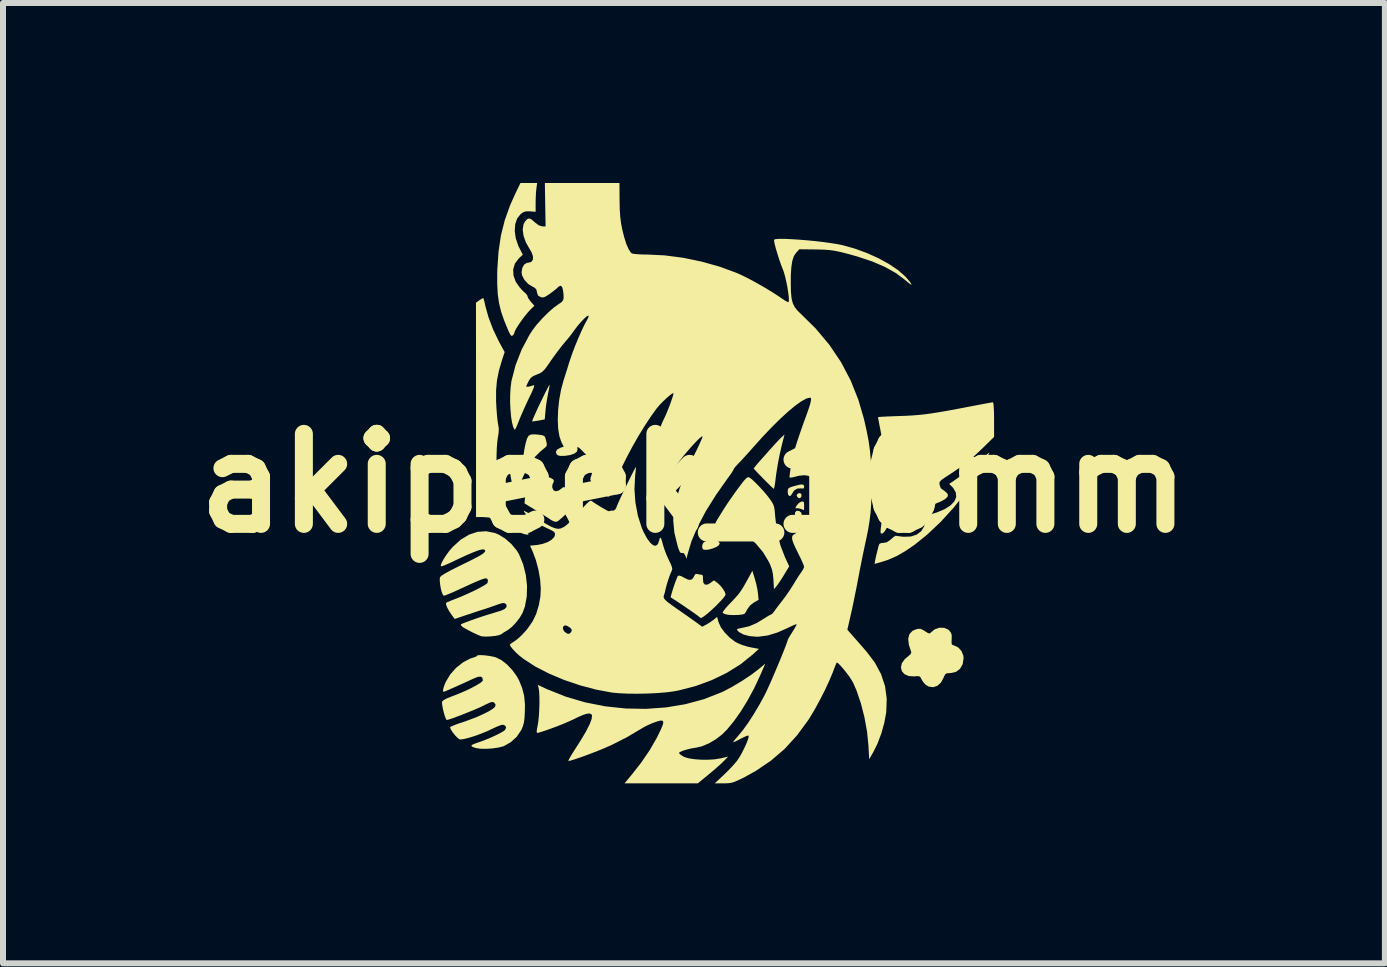
<source format=kicad_pcb>
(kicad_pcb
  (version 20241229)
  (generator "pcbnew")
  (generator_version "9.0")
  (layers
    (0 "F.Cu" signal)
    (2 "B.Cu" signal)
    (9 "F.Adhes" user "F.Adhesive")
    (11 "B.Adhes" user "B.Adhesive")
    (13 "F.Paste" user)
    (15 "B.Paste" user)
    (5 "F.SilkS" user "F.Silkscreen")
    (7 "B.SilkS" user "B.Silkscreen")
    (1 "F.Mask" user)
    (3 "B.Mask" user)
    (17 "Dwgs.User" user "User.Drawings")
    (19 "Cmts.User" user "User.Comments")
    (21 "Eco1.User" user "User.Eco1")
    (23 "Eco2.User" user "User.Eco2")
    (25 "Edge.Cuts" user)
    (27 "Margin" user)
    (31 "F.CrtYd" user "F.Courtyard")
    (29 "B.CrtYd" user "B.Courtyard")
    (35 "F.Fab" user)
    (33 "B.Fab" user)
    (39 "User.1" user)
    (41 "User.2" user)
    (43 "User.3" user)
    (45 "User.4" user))
  (footprint "akipeek_10mm"
    (layer "F.Cu")
    (at 8.514 5.002)
    (property "Reference" "akipeek_10mm" (at 0 0 0) (layer "F.SilkS") (effects (font (size 1.5 1.5) (thickness 0.3))))
    (attr board_only exclude_from_pos_files exclude_from_bom)
    (fp_poly (pts (xy 1.79 0.181) (xy 1.793 0.218) (xy 1.791 0.223) (xy 1.768 0.252) (xy 1.736 0.242) (xy 1.722 0.227) (xy 1.711 0.199) (xy 1.73 0.175) (xy 1.765 0.164)) (stroke (width 0) (type solid)) (fill yes) (layer "F.SilkS"))
    (fp_poly (pts (xy 1.753 0.462) (xy 1.787 0.489) (xy 1.798 0.518) (xy 1.783 0.542) (xy 1.754 0.562) (xy 1.732 0.565) (xy 1.714 0.558) (xy 1.705 0.554) (xy 1.683 0.528) (xy 1.684 0.491) (xy 1.707 0.463) (xy 1.712 0.461)) (stroke (width 0) (type solid)) (fill yes) (layer "F.SilkS"))
    (fp_poly (pts (xy 0.371 0.954) (xy 0.415 0.975) (xy 0.43 1.008) (xy 0.412 1.037) (xy 0.368 1.066) (xy 0.307 1.09) (xy 0.244 1.107) (xy 0.188 1.112) (xy 0.151 1.102) (xy 0.15 1.101) (xy 0.136 1.064) (xy 0.143 1.018) (xy 0.166 0.983) (xy 0.171 0.98) (xy 0.24 0.955) (xy 0.31 0.947)) (stroke (width 0) (type solid)) (fill yes) (layer "F.SilkS"))
    (fp_poly (pts (xy 1.834 0.322) (xy 1.837 0.368) (xy 1.837 0.374) (xy 1.835 0.422) (xy 1.833 0.447) (xy 1.832 0.448) (xy 1.812 0.441) (xy 1.779 0.428) (xy 1.733 0.417) (xy 1.705 0.419) (xy 1.692 0.418) (xy 1.701 0.391) (xy 1.712 0.373) (xy 1.748 0.331) (xy 1.79 0.307) (xy 1.791 0.307) (xy 1.821 0.306)) (stroke (width 0) (type solid)) (fill yes) (layer "F.SilkS"))
    (fp_poly (pts (xy 1.828 0.03) (xy 1.837 0.055) (xy 1.837 0.059) (xy 1.829 0.087) (xy 1.801 0.089) (xy 1.79 0.087) (xy 1.725 0.089) (xy 1.669 0.122) (xy 1.641 0.167) (xy 1.615 0.208) (xy 1.588 0.214) (xy 1.568 0.186) (xy 1.563 0.147) (xy 1.566 0.107) (xy 1.579 0.083) (xy 1.614 0.066) (xy 1.664 0.05) (xy 1.747 0.028) (xy 1.8 0.021)) (stroke (width 0) (type solid)) (fill yes) (layer "F.SilkS"))
    (fp_poly (pts (xy 1.627 0.542) (xy 1.66 0.566) (xy 1.712 0.601) (xy 1.768 0.599) (xy 1.799 0.585) (xy 1.83 0.575) (xy 1.837 0.585) (xy 1.831 0.605) (xy 1.829 0.606) (xy 1.809 0.613) (xy 1.764 0.632) (xy 1.714 0.653) (xy 1.655 0.677) (xy 1.612 0.689) (xy 1.594 0.689) (xy 1.585 0.66) (xy 1.583 0.613) (xy 1.589 0.566) (xy 1.6 0.539) (xy 1.601 0.538)) (stroke (width 0) (type solid)) (fill yes) (layer "F.SilkS"))
    (fp_poly (pts (xy -2.404 -1.638) (xy -2.407 -1.613) (xy -2.417 -1.561) (xy -2.431 -1.493) (xy -2.431 -1.491) (xy -2.448 -1.398) (xy -2.464 -1.292) (xy -2.473 -1.21) (xy -2.486 -1.063) (xy -2.591 -1.043) (xy -2.649 -1.034) (xy -2.687 -1.029) (xy -2.696 -1.029) (xy -2.689 -1.054) (xy -2.668 -1.104) (xy -2.637 -1.173) (xy -2.6 -1.255) (xy -2.558 -1.342) (xy -2.516 -1.429) (xy -2.477 -1.509) (xy -2.443 -1.574) (xy -2.418 -1.62) (xy -2.405 -1.639)) (stroke (width 0) (type solid)) (fill yes) (layer "F.SilkS"))
    (fp_poly (pts (xy 1.497 -0.762) (xy 1.462 -0.623) (xy 1.427 -0.468) (xy 1.397 -0.313) (xy 1.374 -0.171) (xy 1.365 -0.103) (xy 1.355 -0.02) (xy 1.345 0.045) (xy 1.336 0.085) (xy 1.331 0.094) (xy 1.313 0.08) (xy 1.274 0.043) (xy 1.22 -0.011) (xy 1.158 -0.073) (xy 1.095 -0.138) (xy 1.043 -0.192) (xy 1.009 -0.23) (xy 0.996 -0.246) (xy 1.009 -0.263) (xy 1.042 -0.304) (xy 1.092 -0.362) (xy 1.153 -0.431) (xy 1.22 -0.506) (xy 1.287 -0.581) (xy 1.35 -0.651) (xy 1.404 -0.709) (xy 1.443 -0.749) (xy 1.456 -0.762) (xy 1.51 -0.811)) (stroke (width 0) (type solid)) (fill yes) (layer "F.SilkS"))
    (fp_poly (pts (xy 1.015 1.594) (xy 1.039 1.681) (xy 1.058 1.772) (xy 1.067 1.836) (xy 1.078 1.944) (xy 1.001 1.987) (xy 0.936 2.037) (xy 0.891 2.099) (xy 0.866 2.146) (xy 0.844 2.176) (xy 0.84 2.179) (xy 0.803 2.189) (xy 0.74 2.196) (xy 0.666 2.198) (xy 0.594 2.196) (xy 0.557 2.191) (xy 0.508 2.178) (xy 0.481 2.16) (xy 0.479 2.154) (xy 0.492 2.131) (xy 0.526 2.087) (xy 0.576 2.03) (xy 0.607 1.998) (xy 0.683 1.918) (xy 0.741 1.852) (xy 0.789 1.786) (xy 0.836 1.71) (xy 0.891 1.611) (xy 0.896 1.603) (xy 0.974 1.46)) (stroke (width 0) (type solid)) (fill yes) (layer "F.SilkS"))
    (fp_poly (pts (xy -2.516 -0.123) (xy -2.484 -0.116) (xy -2.395 -0.091) (xy -2.344 -0.063) (xy -2.332 -0.032) (xy -2.342 -0.013) (xy -2.359 0.028) (xy -2.361 0.072) (xy -2.341 0.118) (xy -2.302 0.135) (xy -2.252 0.122) (xy -2.216 0.096) (xy -2.181 0.068) (xy -2.156 0.067) (xy -2.138 0.079) (xy -2.108 0.114) (xy -2.071 0.169) (xy -2.035 0.232) (xy -2.007 0.29) (xy -1.993 0.33) (xy -1.993 0.335) (xy -2.007 0.366) (xy -2.043 0.414) (xy -2.093 0.472) (xy -2.151 0.532) (xy -2.209 0.585) (xy -2.258 0.626) (xy -2.292 0.644) (xy -2.296 0.645) (xy -2.341 0.634) (xy -2.384 0.611) (xy -2.419 0.587) (xy -2.48 0.548) (xy -2.555 0.501) (xy -2.627 0.457) (xy -2.823 0.337) (xy -2.817 0.262) (xy -2.805 0.18) (xy -2.782 0.083) (xy -2.753 -0.01) (xy -2.724 -0.082) (xy -2.723 -0.083) (xy -2.697 -0.117) (xy -2.659 -0.134) (xy -2.601 -0.136)) (stroke (width 0) (type solid)) (fill yes) (layer "F.SilkS"))
    (fp_poly (pts (xy -2.586 -0.808) (xy -2.526 -0.799) (xy -2.494 -0.786) (xy -2.476 -0.757) (xy -2.463 -0.709) (xy -2.451 -0.655) (xy -2.454 -0.622) (xy -2.475 -0.597) (xy -2.495 -0.581) (xy -2.568 -0.52) (xy -2.64 -0.447) (xy -2.702 -0.374) (xy -2.744 -0.312) (xy -2.745 -0.31) (xy -2.803 -0.196) (xy -2.846 -0.109) (xy -2.876 -0.04) (xy -2.898 0.018) (xy -2.914 0.074) (xy -2.92 0.098) (xy -2.936 0.163) (xy -2.95 0.21) (xy -2.958 0.229) (xy -2.968 0.217) (xy -2.984 0.178) (xy -2.998 0.134) (xy -3.023 0.039) (xy -3.046 -0.068) (xy -3.066 -0.174) (xy -3.081 -0.269) (xy -3.087 -0.339) (xy -3.087 -0.347) (xy -3.087 -0.417) (xy -3.042 -0.375) (xy -2.982 -0.336) (xy -2.928 -0.336) (xy -2.883 -0.373) (xy -2.866 -0.401) (xy -2.844 -0.457) (xy -2.833 -0.504) (xy -2.833 -0.51) (xy -2.828 -0.549) (xy -2.816 -0.611) (xy -2.802 -0.673) (xy -2.78 -0.747) (xy -2.754 -0.791) (xy -2.714 -0.811) (xy -2.652 -0.814)) (stroke (width 0) (type solid)) (fill yes) (layer "F.SilkS"))
    (fp_poly (pts (xy -3.509 -3.084) (xy -3.502 -3.063) (xy -3.489 -3.014) (xy -3.474 -2.947) (xy -3.472 -2.938) (xy -3.421 -2.758) (xy -3.348 -2.566) (xy -3.258 -2.376) (xy -3.238 -2.338) (xy -3.154 -2.185) (xy -3.197 -2.055) (xy -3.249 -1.878) (xy -3.282 -1.714) (xy -3.297 -1.548) (xy -3.297 -1.362) (xy -3.295 -1.329) (xy -3.289 -1.222) (xy -3.281 -1.122) (xy -3.272 -1.038) (xy -3.263 -0.981) (xy -3.262 -0.977) (xy -3.251 -0.905) (xy -3.256 -0.826) (xy -3.267 -0.762) (xy -3.277 -0.687) (xy -3.285 -0.586) (xy -3.289 -0.469) (xy -3.29 -0.371) (xy -3.273 -0.108) (xy -3.229 0.129) (xy -3.155 0.341) (xy -3.053 0.527) (xy -2.922 0.69) (xy -2.804 0.796) (xy -2.762 0.834) (xy -2.754 0.854) (xy -2.781 0.858) (xy -2.842 0.845) (xy -2.88 0.828) (xy -2.931 0.794) (xy -2.96 0.772) (xy -3.102 0.677) (xy -3.261 0.609) (xy -3.424 0.571) (xy -3.53 0.564) (xy -3.631 0.565) (xy -3.631 -1.221) (xy -3.632 -3.008) (xy -3.573 -3.05) (xy -3.534 -3.075) (xy -3.511 -3.085)) (stroke (width 0) (type solid)) (fill yes) (layer "F.SilkS"))
    (fp_poly (pts (xy 0.097 1.523) (xy 0.118 1.524) (xy 0.143 1.531) (xy 0.151 1.56) (xy 0.151 1.595) (xy 0.157 1.659) (xy 0.184 1.691) (xy 0.229 1.689) (xy 0.273 1.664) (xy 0.333 1.62) (xy 0.39 1.66) (xy 0.436 1.702) (xy 0.48 1.757) (xy 0.514 1.811) (xy 0.528 1.854) (xy 0.528 1.855) (xy 0.514 1.883) (xy 0.476 1.931) (xy 0.421 1.99) (xy 0.357 2.055) (xy 0.288 2.119) (xy 0.223 2.176) (xy 0.167 2.22) (xy 0.127 2.244) (xy 0.117 2.247) (xy 0.092 2.233) (xy 0.088 2.228) (xy 0.069 2.212) (xy 0.025 2.18) (xy -0.039 2.135) (xy -0.115 2.083) (xy -0.196 2.028) (xy -0.277 1.974) (xy -0.349 1.927) (xy -0.387 1.903) (xy -0.385 1.884) (xy -0.372 1.838) (xy -0.353 1.775) (xy -0.33 1.705) (xy -0.306 1.638) (xy -0.285 1.584) (xy -0.271 1.552) (xy -0.269 1.549) (xy -0.249 1.539) (xy -0.213 1.549) (xy -0.164 1.575) (xy -0.096 1.608) (xy -0.048 1.611) (xy -0.015 1.584) (xy 0.001 1.552) (xy 0.025 1.515) (xy 0.051 1.512)) (stroke (width 0) (type solid)) (fill yes) (layer "F.SilkS"))
    (fp_poly (pts (xy 0.918 -0.098) (xy 0.922 -0.096) (xy 0.965 -0.065) (xy 1.023 -0.011) (xy 1.091 0.059) (xy 1.161 0.135) (xy 1.225 0.211) (xy 1.258 0.255) (xy 1.297 0.31) (xy 1.322 0.354) (xy 1.337 0.399) (xy 1.346 0.456) (xy 1.353 0.537) (xy 1.355 0.562) (xy 1.384 0.804) (xy 1.441 1.035) (xy 1.518 1.235) (xy 1.588 1.386) (xy 1.502 1.528) (xy 1.457 1.6) (xy 1.414 1.665) (xy 1.381 1.711) (xy 1.375 1.718) (xy 1.334 1.766) (xy 1.325 1.606) (xy 1.316 1.511) (xy 1.299 1.434) (xy 1.27 1.356) (xy 1.245 1.305) (xy 1.153 1.152) (xy 1.036 1.011) (xy 0.905 0.893) (xy 0.852 0.856) (xy 0.753 0.801) (xy 0.643 0.755) (xy 0.535 0.721) (xy 0.441 0.704) (xy 0.418 0.703) (xy 0.372 0.7) (xy 0.355 0.684) (xy 0.365 0.649) (xy 0.392 0.602) (xy 0.423 0.553) (xy 0.465 0.484) (xy 0.51 0.412) (xy 0.512 0.41) (xy 0.556 0.342) (xy 0.616 0.255) (xy 0.682 0.161) (xy 0.738 0.084) (xy 0.801 0.001) (xy 0.845 -0.054) (xy 0.877 -0.086) (xy 0.899 -0.099)) (stroke (width 0) (type solid)) (fill yes) (layer "F.SilkS"))
    (fp_poly (pts (xy -2.625 -4.911) (xy -2.632 -4.845) (xy -2.636 -4.758) (xy -2.638 -4.672) (xy -2.638 -4.523) (xy -2.732 -4.53) (xy -2.797 -4.53) (xy -2.845 -4.515) (xy -2.888 -4.484) (xy -2.945 -4.412) (xy -2.978 -4.316) (xy -2.986 -4.203) (xy -2.969 -4.081) (xy -2.927 -3.956) (xy -2.911 -3.924) (xy -2.852 -3.808) (xy -2.919 -3.745) (xy -2.983 -3.66) (xy -3.012 -3.563) (xy -3.007 -3.459) (xy -2.968 -3.354) (xy -2.901 -3.259) (xy -2.856 -3.21) (xy -2.817 -3.173) (xy -2.8 -3.159) (xy -2.777 -3.129) (xy -2.774 -3.116) (xy -2.762 -3.085) (xy -2.732 -3.041) (xy -2.717 -3.023) (xy -2.659 -2.957) (xy -2.727 -2.89) (xy -2.771 -2.842) (xy -2.823 -2.778) (xy -2.876 -2.707) (xy -2.924 -2.636) (xy -2.963 -2.574) (xy -2.986 -2.529) (xy -2.989 -2.515) (xy -3.003 -2.479) (xy -3.018 -2.462) (xy -3.037 -2.454) (xy -3.055 -2.468) (xy -3.078 -2.51) (xy -3.095 -2.547) (xy -3.162 -2.71) (xy -3.213 -2.858) (xy -3.248 -3.002) (xy -3.269 -3.151) (xy -3.278 -3.316) (xy -3.278 -3.507) (xy -3.276 -3.566) (xy -3.256 -3.86) (xy -3.216 -4.129) (xy -3.152 -4.383) (xy -3.063 -4.632) (xy -2.978 -4.821) (xy -2.891 -5.002) (xy -2.752 -5.002) (xy -2.613 -5.002)) (stroke (width 0) (type solid)) (fill yes) (layer "F.SilkS"))
    (fp_poly (pts (xy 4.168 2.41) (xy 4.236 2.439) (xy 4.252 2.453) (xy 4.283 2.491) (xy 4.296 2.532) (xy 4.296 2.593) (xy 4.295 2.599) (xy 4.293 2.657) (xy 4.299 2.687) (xy 4.32 2.701) (xy 4.342 2.707) (xy 4.408 2.74) (xy 4.46 2.8) (xy 4.49 2.875) (xy 4.494 2.914) (xy 4.479 3.015) (xy 4.435 3.093) (xy 4.368 3.144) (xy 4.28 3.165) (xy 4.269 3.165) (xy 4.216 3.168) (xy 4.188 3.185) (xy 4.167 3.225) (xy 4.163 3.237) (xy 4.118 3.321) (xy 4.057 3.377) (xy 3.987 3.4) (xy 3.914 3.39) (xy 3.864 3.361) (xy 3.82 3.314) (xy 3.792 3.267) (xy 3.775 3.233) (xy 3.753 3.218) (xy 3.713 3.216) (xy 3.672 3.22) (xy 3.579 3.214) (xy 3.509 3.183) (xy 3.465 3.133) (xy 3.45 3.07) (xy 3.465 3.001) (xy 3.513 2.933) (xy 3.563 2.891) (xy 3.611 2.85) (xy 3.623 2.817) (xy 3.622 2.814) (xy 3.582 2.694) (xy 3.571 2.595) (xy 3.59 2.518) (xy 3.639 2.464) (xy 3.665 2.45) (xy 3.727 2.428) (xy 3.774 2.427) (xy 3.823 2.449) (xy 3.855 2.47) (xy 3.901 2.498) (xy 3.927 2.505) (xy 3.947 2.491) (xy 3.949 2.488) (xy 4.013 2.436) (xy 4.09 2.409)) (stroke (width 0) (type solid)) (fill yes) (layer "F.SilkS"))
    (fp_poly (pts (xy 4.846 -0.352) (xy 4.702 -0.097) (xy 4.527 0.159) (xy 4.327 0.41) (xy 4.111 0.646) (xy 3.884 0.86) (xy 3.682 1.023) (xy 3.523 1.132) (xy 3.378 1.215) (xy 3.237 1.277) (xy 3.142 1.308) (xy 3.011 1.345) (xy 3.021 1.283) (xy 3.035 1.217) (xy 3.048 1.163) (xy 3.064 1.1) (xy 3.076 1.05) (xy 3.09 1.013) (xy 3.12 0.998) (xy 3.154 0.996) (xy 3.214 0.985) (xy 3.27 0.947) (xy 3.285 0.933) (xy 3.327 0.897) (xy 3.36 0.877) (xy 3.369 0.877) (xy 3.399 0.882) (xy 3.454 0.889) (xy 3.494 0.893) (xy 3.614 0.889) (xy 3.713 0.857) (xy 3.789 0.799) (xy 3.837 0.718) (xy 3.854 0.618) (xy 3.854 0.613) (xy 3.856 0.559) (xy 3.866 0.534) (xy 3.89 0.528) (xy 3.891 0.528) (xy 3.929 0.521) (xy 3.989 0.506) (xy 4.047 0.488) (xy 4.177 0.434) (xy 4.276 0.371) (xy 4.341 0.303) (xy 4.371 0.23) (xy 4.365 0.156) (xy 4.322 0.082) (xy 4.305 0.063) (xy 4.254 0.012) (xy 4.3 -0.018) (xy 4.353 -0.055) (xy 4.422 -0.104) (xy 4.499 -0.161) (xy 4.576 -0.22) (xy 4.647 -0.275) (xy 4.704 -0.321) (xy 4.739 -0.352) (xy 4.746 -0.359) (xy 4.777 -0.391) (xy 4.826 -0.433) (xy 4.85 -0.453) (xy 4.927 -0.514)) (stroke (width 0) (type solid)) (fill yes) (layer "F.SilkS"))
    (fp_poly (pts (xy 4.99 -1.33) (xy 4.996 -1.277) (xy 5 -1.196) (xy 5.002 -1.092) (xy 5.002 -1.06) (xy 5.002 -0.771) (xy 4.831 -0.603) (xy 4.699 -0.478) (xy 4.58 -0.374) (xy 4.46 -0.281) (xy 4.326 -0.188) (xy 4.26 -0.145) (xy 4.182 -0.094) (xy 4.131 -0.058) (xy 4.103 -0.032) (xy 4.092 -0.01) (xy 4.092 0.014) (xy 4.095 0.029) (xy 4.109 0.072) (xy 4.126 0.095) (xy 4.126 0.095) (xy 4.153 0.112) (xy 4.192 0.143) (xy 4.195 0.145) (xy 4.228 0.179) (xy 4.232 0.208) (xy 4.224 0.228) (xy 4.189 0.263) (xy 4.124 0.301) (xy 4.038 0.337) (xy 3.941 0.369) (xy 3.841 0.392) (xy 3.839 0.392) (xy 3.768 0.406) (xy 3.71 0.421) (xy 3.679 0.434) (xy 3.678 0.435) (xy 3.656 0.474) (xy 3.662 0.521) (xy 3.683 0.547) (xy 3.709 0.592) (xy 3.706 0.65) (xy 3.682 0.699) (xy 3.637 0.732) (xy 3.567 0.743) (xy 3.481 0.732) (xy 3.391 0.702) (xy 3.333 0.68) (xy 3.287 0.671) (xy 3.272 0.672) (xy 3.247 0.694) (xy 3.217 0.739) (xy 3.205 0.761) (xy 3.174 0.809) (xy 3.144 0.837) (xy 3.133 0.84) (xy 3.115 0.835) (xy 3.109 0.812) (xy 3.113 0.763) (xy 3.116 0.738) (xy 3.127 0.66) (xy 3.14 0.567) (xy 3.148 0.508) (xy 3.155 0.444) (xy 3.163 0.351) (xy 3.169 0.24) (xy 3.175 0.119) (xy 3.178 0.052) (xy 3.18 -0.234) (xy 3.165 -0.5) (xy 3.131 -0.761) (xy 3.105 -0.902) (xy 3.089 -0.983) (xy 3.077 -1.048) (xy 3.069 -1.09) (xy 3.068 -1.1) (xy 3.086 -1.103) (xy 3.138 -1.107) (xy 3.216 -1.111) (xy 3.315 -1.115) (xy 3.424 -1.119) (xy 3.54 -1.123) (xy 3.645 -1.129) (xy 3.747 -1.137) (xy 3.85 -1.148) (xy 3.961 -1.163) (xy 4.086 -1.183) (xy 4.231 -1.208) (xy 4.403 -1.24) (xy 4.606 -1.279) (xy 4.607 -1.279) (xy 4.721 -1.301) (xy 4.822 -1.32) (xy 4.904 -1.335) (xy 4.96 -1.345) (xy 4.983 -1.348)) (stroke (width 0) (type solid)) (fill yes) (layer "F.SilkS"))
    (fp_poly (pts (xy 1.102 3.208) (xy 1.004 3.417) (xy 0.896 3.617) (xy 0.782 3.803) (xy 0.666 3.967) (xy 0.553 4.104) (xy 0.472 4.185) (xy 0.365 4.268) (xy 0.247 4.337) (xy 0.13 4.386) (xy 0.043 4.406) (xy -0.046 4.421) (xy -0.127 4.441) (xy -0.193 4.462) (xy -0.237 4.482) (xy -0.249 4.498) (xy -0.229 4.52) (xy -0.185 4.549) (xy -0.167 4.56) (xy -0.098 4.583) (xy -0.002 4.599) (xy 0.111 4.608) (xy 0.231 4.609) (xy 0.346 4.602) (xy 0.445 4.586) (xy 0.446 4.586) (xy 0.57 4.557) (xy 0.495 4.634) (xy 0.449 4.679) (xy 0.381 4.739) (xy 0.303 4.806) (xy 0.242 4.857) (xy 0.065 5.002) (xy -0.546 5.002) (xy -1.156 5.002) (xy -1.03 4.85) (xy -0.875 4.652) (xy -0.737 4.449) (xy -0.623 4.252) (xy -0.593 4.192) (xy -0.549 4.101) (xy -0.523 4.038) (xy -0.511 3.997) (xy -0.513 3.972) (xy -0.526 3.958) (xy -0.527 3.957) (xy -0.557 3.956) (xy -0.613 3.971) (xy -0.684 3.996) (xy -0.761 4.029) (xy -0.834 4.066) (xy -0.869 4.087) (xy -1.118 4.234) (xy -1.364 4.359) (xy -1.485 4.413) (xy -1.58 4.452) (xy -1.684 4.493) (xy -1.79 4.533) (xy -1.89 4.569) (xy -1.978 4.599) (xy -2.046 4.62) (xy -2.087 4.63) (xy -2.091 4.631) (xy -2.089 4.616) (xy -2.068 4.575) (xy -2.032 4.514) (xy -1.991 4.45) (xy -1.881 4.277) (xy -1.796 4.133) (xy -1.738 4.018) (xy -1.705 3.931) (xy -1.697 3.874) (xy -1.709 3.85) (xy -1.738 3.838) (xy -1.782 3.841) (xy -1.845 3.861) (xy -1.933 3.899) (xy -2.012 3.938) (xy -2.083 3.97) (xy -2.171 4.008) (xy -2.268 4.047) (xy -2.367 4.084) (xy -2.46 4.117) (xy -2.538 4.143) (xy -2.593 4.159) (xy -2.612 4.162) (xy -2.621 4.144) (xy -2.615 4.092) (xy -2.606 4.049) (xy -2.594 3.978) (xy -2.584 3.883) (xy -2.578 3.775) (xy -2.574 3.664) (xy -2.575 3.561) (xy -2.579 3.476) (xy -2.586 3.425) (xy -2.601 3.362) (xy -2.451 3.432) (xy -2.138 3.557) (xy -1.812 3.653) (xy -1.477 3.719) (xy -1.138 3.755) (xy -0.799 3.761) (xy -0.465 3.737) (xy -0.141 3.683) (xy 0.169 3.599) (xy 0.459 3.485) (xy 0.502 3.465) (xy 0.649 3.387) (xy 0.805 3.293) (xy 0.955 3.193) (xy 1.083 3.096) (xy 1.098 3.083) (xy 1.19 3.006)) (stroke (width 0) (type solid)) (fill yes) (layer "F.SilkS"))
    (fp_poly (pts (xy -3.487 2.869) (xy -3.415 2.878) (xy -3.345 2.891) (xy -3.298 2.904) (xy -3.209 2.948) (xy -3.116 3.02) (xy -3.028 3.113) (xy -2.953 3.216) (xy -2.916 3.282) (xy -2.862 3.416) (xy -2.829 3.545) (xy -2.816 3.684) (xy -2.818 3.823) (xy -2.824 3.924) (xy -2.835 3.998) (xy -2.853 4.059) (xy -2.878 4.116) (xy -2.953 4.226) (xy -3.053 4.317) (xy -3.166 4.381) (xy -3.182 4.387) (xy -3.264 4.407) (xy -3.364 4.421) (xy -3.468 4.427) (xy -3.563 4.425) (xy -3.634 4.414) (xy -3.689 4.395) (xy -3.71 4.378) (xy -3.698 4.361) (xy -3.65 4.34) (xy -3.59 4.319) (xy -3.503 4.288) (xy -3.408 4.25) (xy -3.316 4.208) (xy -3.234 4.168) (xy -3.174 4.133) (xy -3.148 4.113) (xy -3.13 4.075) (xy -3.144 4.041) (xy -3.182 4.025) (xy -3.185 4.025) (xy -3.221 4.033) (xy -3.28 4.056) (xy -3.35 4.088) (xy -3.363 4.094) (xy -3.454 4.137) (xy -3.554 4.177) (xy -3.655 4.214) (xy -3.75 4.243) (xy -3.83 4.263) (xy -3.886 4.271) (xy -3.902 4.27) (xy -3.934 4.249) (xy -3.976 4.207) (xy -4.018 4.155) (xy -4.05 4.105) (xy -4.064 4.069) (xy -4.064 4.068) (xy -4.047 4.056) (xy -3.999 4.035) (xy -3.929 4.008) (xy -3.844 3.98) (xy -3.726 3.938) (xy -3.61 3.893) (xy -3.504 3.845) (xy -3.415 3.8) (xy -3.35 3.759) (xy -3.314 3.727) (xy -3.314 3.726) (xy -3.305 3.691) (xy -3.324 3.662) (xy -3.342 3.649) (xy -3.365 3.646) (xy -3.4 3.656) (xy -3.456 3.682) (xy -3.509 3.708) (xy -3.574 3.739) (xy -3.658 3.775) (xy -3.753 3.814) (xy -3.85 3.853) (xy -3.944 3.889) (xy -4.025 3.919) (xy -4.086 3.939) (xy -4.12 3.947) (xy -4.12 3.947) (xy -4.133 3.929) (xy -4.15 3.885) (xy -4.168 3.823) (xy -4.184 3.757) (xy -4.195 3.696) (xy -4.198 3.652) (xy -4.198 3.643) (xy -4.175 3.618) (xy -4.117 3.586) (xy -4.044 3.557) (xy -3.925 3.511) (xy -3.81 3.462) (xy -3.708 3.413) (xy -3.622 3.367) (xy -3.558 3.328) (xy -3.522 3.297) (xy -3.517 3.285) (xy -3.526 3.241) (xy -3.554 3.223) (xy -3.605 3.229) (xy -3.683 3.261) (xy -3.694 3.266) (xy -3.769 3.301) (xy -3.854 3.34) (xy -3.942 3.379) (xy -4.025 3.416) (xy -4.096 3.447) (xy -4.148 3.469) (xy -4.172 3.478) (xy -4.172 3.478) (xy -4.182 3.462) (xy -4.175 3.418) (xy -4.154 3.355) (xy -4.133 3.307) (xy -4.06 3.186) (xy -3.963 3.077) (xy -3.849 2.987) (xy -3.729 2.923) (xy -3.668 2.904) (xy -3.63 2.89) (xy -3.615 2.876) (xy -3.597 2.867) (xy -3.551 2.865)) (stroke (width 0) (type solid)) (fill yes) (layer "F.SilkS"))
    (fp_poly (pts (xy -3.321 0.829) (xy -3.253 0.857) (xy -3.145 0.924) (xy -3.041 1.015) (xy -2.955 1.119) (xy -2.915 1.184) (xy -2.846 1.352) (xy -2.801 1.531) (xy -2.781 1.713) (xy -2.786 1.89) (xy -2.816 2.054) (xy -2.856 2.162) (xy -2.903 2.242) (xy -2.966 2.324) (xy -3.035 2.396) (xy -3.1 2.447) (xy -3.114 2.455) (xy -3.167 2.486) (xy -3.21 2.517) (xy -3.21 2.517) (xy -3.246 2.532) (xy -3.308 2.545) (xy -3.384 2.553) (xy -3.46 2.557) (xy -3.524 2.554) (xy -3.556 2.547) (xy -3.611 2.523) (xy -3.681 2.491) (xy -3.752 2.455) (xy -3.814 2.421) (xy -3.854 2.397) (xy -3.857 2.394) (xy -3.882 2.368) (xy -3.883 2.353) (xy -3.86 2.341) (xy -3.806 2.32) (xy -3.732 2.292) (xy -3.644 2.261) (xy -3.551 2.229) (xy -3.461 2.2) (xy -3.419 2.187) (xy -3.34 2.163) (xy -3.265 2.14) (xy -3.218 2.126) (xy -3.155 2.098) (xy -3.123 2.063) (xy -3.123 2.028) (xy -3.138 2.01) (xy -3.162 1.998) (xy -3.194 1.999) (xy -3.246 2.014) (xy -3.289 2.029) (xy -3.372 2.059) (xy -3.458 2.088) (xy -3.507 2.104) (xy -3.569 2.123) (xy -3.654 2.151) (xy -3.748 2.183) (xy -3.796 2.198) (xy -3.987 2.263) (xy -4.033 2.201) (xy -4.079 2.133) (xy -4.113 2.07) (xy -4.131 2.021) (xy -4.13 1.995) (xy -4.129 1.994) (xy -4.104 1.981) (xy -4.053 1.959) (xy -3.984 1.932) (xy -3.966 1.925) (xy -3.866 1.885) (xy -3.763 1.839) (xy -3.663 1.793) (xy -3.574 1.747) (xy -3.502 1.707) (xy -3.454 1.676) (xy -3.439 1.661) (xy -3.433 1.619) (xy -3.439 1.601) (xy -3.45 1.59) (xy -3.468 1.586) (xy -3.498 1.591) (xy -3.543 1.606) (xy -3.609 1.633) (xy -3.699 1.672) (xy -3.818 1.727) (xy -3.882 1.756) (xy -3.975 1.799) (xy -4.058 1.835) (xy -4.122 1.861) (xy -4.161 1.875) (xy -4.168 1.876) (xy -4.185 1.858) (xy -4.203 1.812) (xy -4.219 1.75) (xy -4.23 1.682) (xy -4.236 1.618) (xy -4.233 1.571) (xy -4.231 1.567) (xy -4.208 1.543) (xy -4.148 1.505) (xy -4.052 1.452) (xy -3.92 1.386) (xy -3.849 1.351) (xy -3.715 1.285) (xy -3.614 1.233) (xy -3.543 1.193) (xy -3.499 1.161) (xy -3.479 1.137) (xy -3.48 1.118) (xy -3.494 1.106) (xy -3.527 1.103) (xy -3.587 1.118) (xy -3.678 1.152) (xy -3.799 1.204) (xy -3.924 1.262) (xy -4.034 1.314) (xy -4.114 1.351) (xy -4.168 1.373) (xy -4.2 1.384) (xy -4.216 1.385) (xy -4.22 1.377) (xy -4.208 1.336) (xy -4.176 1.274) (xy -4.13 1.202) (xy -4.075 1.127) (xy -4.019 1.062) (xy -3.887 0.942) (xy -3.748 0.858) (xy -3.607 0.811) (xy -3.463 0.801)) (stroke (width 0) (type solid)) (fill yes) (layer "F.SilkS"))
    (fp_poly (pts (xy -0.967 -0.248) (xy -0.971 -0.199) (xy -0.979 -0.131) (xy -0.98 -0.117) (xy -0.991 0.101) (xy -0.975 0.324) (xy -0.934 0.542) (xy -0.87 0.742) (xy -0.839 0.814) (xy -0.782 0.919) (xy -0.728 0.993) (xy -0.678 1.035) (xy -0.635 1.043) (xy -0.602 1.017) (xy -0.579 0.956) (xy -0.579 0.954) (xy -0.568 0.915) (xy -0.557 0.907) (xy -0.543 0.931) (xy -0.525 0.991) (xy -0.515 1.029) (xy -0.491 1.105) (xy -0.456 1.197) (xy -0.417 1.283) (xy -0.383 1.354) (xy -0.366 1.4) (xy -0.361 1.432) (xy -0.369 1.46) (xy -0.378 1.478) (xy -0.399 1.528) (xy -0.424 1.599) (xy -0.449 1.678) (xy -0.469 1.75) (xy -0.479 1.798) (xy -0.49 1.841) (xy -0.498 1.861) (xy -0.505 1.889) (xy -0.5 1.916) (xy -0.478 1.946) (xy -0.434 1.985) (xy -0.365 2.036) (xy -0.29 2.089) (xy -0.199 2.152) (xy -0.107 2.216) (xy -0.026 2.274) (xy 0.025 2.31) (xy 0.138 2.392) (xy 0.21 2.354) (xy 0.271 2.317) (xy 0.327 2.277) (xy 0.334 2.272) (xy 0.386 2.228) (xy 0.411 2.317) (xy 0.449 2.402) (xy 0.515 2.491) (xy 0.597 2.575) (xy 0.688 2.643) (xy 0.73 2.666) (xy 0.808 2.698) (xy 0.9 2.726) (xy 0.957 2.738) (xy 1.083 2.761) (xy 0.981 2.854) (xy 0.78 3.016) (xy 0.549 3.16) (xy 0.295 3.283) (xy 0.025 3.382) (xy -0.255 3.454) (xy -0.341 3.47) (xy -0.464 3.486) (xy -0.613 3.498) (xy -0.778 3.506) (xy -0.947 3.509) (xy -1.11 3.507) (xy -1.256 3.5) (xy -1.369 3.489) (xy -1.635 3.439) (xy -1.902 3.368) (xy -2.164 3.279) (xy -2.413 3.174) (xy -2.64 3.058) (xy -2.836 2.931) (xy -2.847 2.923) (xy -2.912 2.872) (xy -2.973 2.815) (xy -3.024 2.76) (xy -3.058 2.716) (xy -3.068 2.692) (xy -3.052 2.677) (xy -3.014 2.649) (xy -2.978 2.626) (xy -2.924 2.584) (xy -2.859 2.522) (xy -2.793 2.45) (xy -2.774 2.426) (xy -2.184 2.426) (xy -2.164 2.467) (xy -2.146 2.484) (xy -2.101 2.511) (xy -2.068 2.505) (xy -2.043 2.475) (xy -2.035 2.445) (xy -2.054 2.417) (xy -2.071 2.403) (xy -2.114 2.377) (xy -2.149 2.369) (xy -2.179 2.389) (xy -2.184 2.426) (xy -2.774 2.426) (xy -2.773 2.425) (xy -2.69 2.306) (xy -2.629 2.18) (xy -2.585 2.036) (xy -2.558 1.887) (xy -2.552 1.756) (xy -2.563 1.604) (xy -2.591 1.443) (xy -2.633 1.284) (xy -2.685 1.144) (xy -2.731 1.041) (xy -2.614 1.03) (xy -2.524 1.013) (xy -2.44 0.983) (xy -2.372 0.943) (xy -2.328 0.898) (xy -2.315 0.861) (xy -2.316 0.838) (xy -2.324 0.82) (xy -2.344 0.802) (xy -2.384 0.78) (xy -2.448 0.75) (xy -2.505 0.723) (xy -2.565 0.691) (xy -2.632 0.648) (xy -2.7 0.599) (xy -2.76 0.55) (xy -2.806 0.507) (xy -2.832 0.476) (xy -2.833 0.462) (xy -2.814 0.469) (xy -2.768 0.493) (xy -2.702 0.532) (xy -2.621 0.582) (xy -2.58 0.607) (xy -2.469 0.676) (xy -2.383 0.724) (xy -2.316 0.751) (xy -2.262 0.761) (xy -2.215 0.753) (xy -2.167 0.73) (xy -2.147 0.717) (xy -2.109 0.686) (xy -2.053 0.632) (xy -1.987 0.562) (xy -1.916 0.484) (xy -1.906 0.473) (xy -1.835 0.393) (xy -1.784 0.339) (xy -1.749 0.307) (xy -1.725 0.293) (xy -1.708 0.295) (xy -1.701 0.299) (xy -1.671 0.321) (xy -1.616 0.356) (xy -1.549 0.397) (xy -1.529 0.409) (xy -1.459 0.45) (xy -1.414 0.472) (xy -1.384 0.48) (xy -1.36 0.474) (xy -1.338 0.461) (xy -1.303 0.429) (xy -1.29 0.4) (xy -1.282 0.376) (xy -1.26 0.326) (xy -1.228 0.255) (xy -1.188 0.171) (xy -1.144 0.078) (xy -1.099 -0.014) (xy -1.056 -0.102) (xy -1.018 -0.177) (xy -0.989 -0.233) (xy -0.971 -0.265) (xy -0.967 -0.269)) (stroke (width 0) (type solid)) (fill yes) (layer "F.SilkS"))
    (fp_poly (pts (xy -1.239 -4.714) (xy -1.236 -4.563) (xy -1.228 -4.44) (xy -1.214 -4.33) (xy -1.196 -4.235) (xy -1.162 -4.099) (xy -1.126 -3.985) (xy -1.088 -3.899) (xy -1.052 -3.844) (xy -1.034 -3.829) (xy -1.001 -3.821) (xy -0.938 -3.815) (xy -0.856 -3.811) (xy -0.778 -3.81) (xy -0.486 -3.796) (xy -0.179 -3.756) (xy 0.13 -3.692) (xy 0.429 -3.608) (xy 0.709 -3.505) (xy 0.801 -3.464) (xy 0.909 -3.41) (xy 1.037 -3.341) (xy 1.174 -3.263) (xy 1.306 -3.183) (xy 1.422 -3.108) (xy 1.472 -3.073) (xy 1.524 -3.039) (xy 1.562 -3.019) (xy 1.577 -3.016) (xy 1.583 -3.045) (xy 1.581 -3.102) (xy 1.571 -3.18) (xy 1.557 -3.271) (xy 1.538 -3.365) (xy 1.517 -3.454) (xy 1.495 -3.529) (xy 1.483 -3.561) (xy 1.451 -3.643) (xy 1.419 -3.734) (xy 1.39 -3.827) (xy 1.364 -3.914) (xy 1.345 -3.987) (xy 1.336 -4.038) (xy 1.337 -4.059) (xy 1.366 -4.068) (xy 1.429 -4.072) (xy 1.518 -4.071) (xy 1.628 -4.066) (xy 1.753 -4.058) (xy 1.887 -4.047) (xy 2.024 -4.034) (xy 2.158 -4.018) (xy 2.283 -4.001) (xy 2.394 -3.983) (xy 2.473 -3.967) (xy 2.681 -3.909) (xy 2.884 -3.835) (xy 3.075 -3.749) (xy 3.248 -3.654) (xy 3.399 -3.552) (xy 3.521 -3.447) (xy 3.597 -3.358) (xy 3.622 -3.32) (xy 3.625 -3.306) (xy 3.605 -3.317) (xy 3.559 -3.353) (xy 3.514 -3.391) (xy 3.363 -3.503) (xy 3.183 -3.604) (xy 2.971 -3.695) (xy 2.725 -3.777) (xy 2.561 -3.823) (xy 2.445 -3.852) (xy 2.351 -3.872) (xy 2.267 -3.884) (xy 2.177 -3.891) (xy 2.068 -3.894) (xy 2.026 -3.895) (xy 1.756 -3.898) (xy 1.7 -3.836) (xy 1.665 -3.782) (xy 1.64 -3.707) (xy 1.624 -3.605) (xy 1.615 -3.473) (xy 1.614 -3.322) (xy 1.617 -3.187) (xy 1.627 -3.083) (xy 1.646 -3.003) (xy 1.677 -2.938) (xy 1.721 -2.881) (xy 1.763 -2.84) (xy 2.028 -2.579) (xy 2.257 -2.306) (xy 2.451 -2.018) (xy 2.611 -1.714) (xy 2.74 -1.391) (xy 2.833 -1.073) (xy 2.877 -0.879) (xy 2.911 -0.705) (xy 2.934 -0.539) (xy 2.949 -0.369) (xy 2.957 -0.183) (xy 2.959 0.01) (xy 2.958 0.197) (xy 2.953 0.357) (xy 2.943 0.499) (xy 2.926 0.635) (xy 2.903 0.776) (xy 2.871 0.932) (xy 2.859 0.984) (xy 2.84 1.076) (xy 2.815 1.194) (xy 2.788 1.328) (xy 2.761 1.466) (xy 2.743 1.561) (xy 2.717 1.699) (xy 2.687 1.847) (xy 2.658 1.991) (xy 2.631 2.117) (xy 2.616 2.183) (xy 2.557 2.442) (xy 2.671 2.572) (xy 2.737 2.647) (xy 2.806 2.726) (xy 2.865 2.794) (xy 2.872 2.801) (xy 3.014 2.988) (xy 3.118 3.181) (xy 3.185 3.383) (xy 3.213 3.593) (xy 3.205 3.814) (xy 3.204 3.823) (xy 3.173 3.993) (xy 3.123 4.171) (xy 3.059 4.341) (xy 2.993 4.474) (xy 2.921 4.601) (xy 2.908 4.367) (xy 2.885 4.139) (xy 2.842 3.903) (xy 2.783 3.671) (xy 2.71 3.456) (xy 2.656 3.331) (xy 2.627 3.28) (xy 2.586 3.218) (xy 2.537 3.153) (xy 2.486 3.09) (xy 2.44 3.037) (xy 2.403 3.001) (xy 2.381 2.989) (xy 2.379 2.99) (xy 2.369 3.011) (xy 2.349 3.06) (xy 2.324 3.126) (xy 2.317 3.146) (xy 2.258 3.287) (xy 2.184 3.447) (xy 2.099 3.613) (xy 2.012 3.773) (xy 1.927 3.914) (xy 1.906 3.947) (xy 1.717 4.204) (xy 1.512 4.428) (xy 1.285 4.623) (xy 1.033 4.794) (xy 0.847 4.897) (xy 0.756 4.942) (xy 0.689 4.972) (xy 0.637 4.99) (xy 0.587 4.999) (xy 0.53 5.002) (xy 0.494 5.002) (xy 0.348 5.002) (xy 0.493 4.866) (xy 0.567 4.794) (xy 0.64 4.718) (xy 0.7 4.649) (xy 0.719 4.626) (xy 0.756 4.571) (xy 0.797 4.5) (xy 0.836 4.422) (xy 0.871 4.346) (xy 0.898 4.279) (xy 0.912 4.229) (xy 0.911 4.206) (xy 0.889 4.209) (xy 0.844 4.227) (xy 0.784 4.256) (xy 0.724 4.288) (xy 0.677 4.31) (xy 0.655 4.318) (xy 0.66 4.305) (xy 0.686 4.27) (xy 0.728 4.222) (xy 0.734 4.215) (xy 0.815 4.117) (xy 0.905 3.992) (xy 0.998 3.848) (xy 1.09 3.693) (xy 1.175 3.538) (xy 1.178 3.532) (xy 1.209 3.469) (xy 1.248 3.384) (xy 1.293 3.283) (xy 1.341 3.171) (xy 1.39 3.055) (xy 1.438 2.941) (xy 1.481 2.835) (xy 1.518 2.742) (xy 1.545 2.67) (xy 1.561 2.624) (xy 1.563 2.612) (xy 1.573 2.591) (xy 1.599 2.546) (xy 1.636 2.487) (xy 1.641 2.479) (xy 1.678 2.42) (xy 1.703 2.374) (xy 1.712 2.351) (xy 1.712 2.35) (xy 1.692 2.354) (xy 1.647 2.373) (xy 1.586 2.402) (xy 1.58 2.405) (xy 1.396 2.487) (xy 1.23 2.538) (xy 1.079 2.558) (xy 1.047 2.559) (xy 0.93 2.549) (xy 0.829 2.523) (xy 0.753 2.482) (xy 0.727 2.457) (xy 0.717 2.439) (xy 0.73 2.427) (xy 0.774 2.417) (xy 0.795 2.413) (xy 0.922 2.384) (xy 1.044 2.332) (xy 1.157 2.263) (xy 1.216 2.226) (xy 1.263 2.199) (xy 1.287 2.188) (xy 1.288 2.188) (xy 1.309 2.173) (xy 1.338 2.137) (xy 1.341 2.132) (xy 1.371 2.09) (xy 1.417 2.029) (xy 1.469 1.962) (xy 1.475 1.954) (xy 1.536 1.873) (xy 1.601 1.778) (xy 1.655 1.693) (xy 1.701 1.617) (xy 1.746 1.546) (xy 1.783 1.492) (xy 1.787 1.487) (xy 1.818 1.439) (xy 1.835 1.401) (xy 1.837 1.393) (xy 1.828 1.366) (xy 1.806 1.312) (xy 1.773 1.241) (xy 1.746 1.187) (xy 1.694 1.08) (xy 1.659 1.003) (xy 1.64 0.947) (xy 1.635 0.908) (xy 1.641 0.88) (xy 1.643 0.875) (xy 1.669 0.852) (xy 1.72 0.82) (xy 1.785 0.786) (xy 1.792 0.782) (xy 1.883 0.737) (xy 1.942 0.7) (xy 1.976 0.665) (xy 1.991 0.627) (xy 1.993 0.6) (xy 2.002 0.551) (xy 2.021 0.52) (xy 2.043 0.487) (xy 2.06 0.435) (xy 2.062 0.425) (xy 2.068 0.377) (xy 2.061 0.356) (xy 2.035 0.352) (xy 2.034 0.352) (xy 2.009 0.347) (xy 1.996 0.325) (xy 1.993 0.275) (xy 1.993 0.263) (xy 1.995 0.208) (xy 2.006 0.18) (xy 2.034 0.167) (xy 2.052 0.163) (xy 2.112 0.136) (xy 2.143 0.082) (xy 2.149 0.028) (xy 2.147 -0.003) (xy 2.133 -0.017) (xy 2.098 -0.016) (xy 2.061 -0.011) (xy 2.007 -0.005) (xy 1.981 -0.009) (xy 1.974 -0.027) (xy 1.973 -0.035) (xy 1.957 -0.088) (xy 1.911 -0.122) (xy 1.839 -0.133) (xy 1.745 -0.123) (xy 1.693 -0.109) (xy 1.639 -0.096) (xy 1.602 -0.092) (xy 1.594 -0.095) (xy 1.594 -0.118) (xy 1.6 -0.172) (xy 1.611 -0.247) (xy 1.624 -0.32) (xy 1.641 -0.404) (xy 1.661 -0.491) (xy 1.687 -0.586) (xy 1.721 -0.695) (xy 1.764 -0.823) (xy 1.817 -0.976) (xy 1.884 -1.159) (xy 1.884 -1.159) (xy 1.923 -1.271) (xy 1.945 -1.35) (xy 1.953 -1.4) (xy 1.945 -1.424) (xy 1.937 -1.426) (xy 1.875 -1.411) (xy 1.793 -1.366) (xy 1.691 -1.294) (xy 1.573 -1.196) (xy 1.441 -1.075) (xy 1.297 -0.933) (xy 1.143 -0.771) (xy 0.982 -0.592) (xy 0.977 -0.586) (xy 0.907 -0.507) (xy 0.838 -0.431) (xy 0.779 -0.367) (xy 0.74 -0.327) (xy 0.698 -0.282) (xy 0.67 -0.247) (xy 0.664 -0.235) (xy 0.653 -0.212) (xy 0.624 -0.166) (xy 0.582 -0.107) (xy 0.569 -0.09) (xy 0.366 0.198) (xy 0.196 0.471) (xy 0.06 0.729) (xy -0.042 0.971) (xy -0.109 1.196) (xy -0.11 1.202) (xy -0.123 1.26) (xy -0.144 1.206) (xy -0.167 1.168) (xy -0.198 1.163) (xy -0.198 1.163) (xy -0.219 1.163) (xy -0.237 1.141) (xy -0.257 1.092) (xy -0.271 1.049) (xy -0.326 0.824) (xy -0.345 0.617) (xy -0.335 0.458) (xy -0.298 0.282) (xy -0.235 0.08) (xy -0.148 -0.143) (xy -0.037 -0.385) (xy -0.006 -0.448) (xy 0.045 -0.55) (xy 0.087 -0.64) (xy 0.12 -0.713) (xy 0.14 -0.761) (xy 0.144 -0.78) (xy 0.125 -0.774) (xy 0.086 -0.742) (xy 0.033 -0.689) (xy -0.03 -0.621) (xy -0.099 -0.543) (xy -0.168 -0.461) (xy -0.234 -0.379) (xy -0.291 -0.303) (xy -0.335 -0.238) (xy -0.336 -0.236) (xy -0.414 -0.098) (xy -0.491 0.057) (xy -0.562 0.219) (xy -0.62 0.373) (xy -0.662 0.508) (xy -0.662 0.51) (xy -0.681 0.575) (xy -0.697 0.618) (xy -0.708 0.633) (xy -0.709 0.632) (xy -0.718 0.606) (xy -0.731 0.551) (xy -0.747 0.478) (xy -0.753 0.45) (xy -0.774 0.295) (xy -0.781 0.116) (xy -0.773 -0.074) (xy -0.753 -0.263) (xy -0.72 -0.439) (xy -0.713 -0.468) (xy -0.672 -0.611) (xy -0.624 -0.76) (xy -0.572 -0.903) (xy -0.521 -1.027) (xy -0.49 -1.091) (xy -0.464 -1.146) (xy -0.435 -1.218) (xy -0.404 -1.296) (xy -0.377 -1.372) (xy -0.355 -1.437) (xy -0.342 -1.483) (xy -0.341 -1.5) (xy -0.361 -1.494) (xy -0.4 -1.466) (xy -0.451 -1.422) (xy -0.509 -1.368) (xy -0.565 -1.311) (xy -0.612 -1.256) (xy -0.623 -1.243) (xy -0.72 -1.108) (xy -0.823 -0.951) (xy -0.928 -0.78) (xy -1.029 -0.602) (xy -1.123 -0.425) (xy -1.206 -0.257) (xy -1.273 -0.106) (xy -1.317 0.01) (xy -1.344 0.087) (xy -1.371 0.153) (xy -1.392 0.196) (xy -1.397 0.203) (xy -1.414 0.221) (xy -1.433 0.224) (xy -1.462 0.208) (xy -1.512 0.17) (xy -1.519 0.164) (xy -1.583 0.109) (xy -1.645 0.05) (xy -1.676 0.018) (xy -1.712 -0.026) (xy -1.726 -0.058) (xy -1.721 -0.094) (xy -1.709 -0.128) (xy -1.685 -0.213) (xy -1.68 -0.281) (xy -1.699 -0.344) (xy -1.744 -0.412) (xy -1.799 -0.476) (xy -1.867 -0.547) (xy -1.912 -0.589) (xy -1.937 -0.603) (xy -1.944 -0.59) (xy -1.94 -0.568) (xy -1.948 -0.528) (xy -1.99 -0.494) (xy -2.061 -0.469) (xy -2.145 -0.456) (xy -2.217 -0.454) (xy -2.261 -0.461) (xy -2.285 -0.477) (xy -2.301 -0.52) (xy -2.281 -0.559) (xy -2.228 -0.589) (xy -2.17 -0.609) (xy -2.207 -0.682) (xy -2.241 -0.78) (xy -2.262 -0.907) (xy -2.269 -1.055) (xy -2.263 -1.218) (xy -2.245 -1.388) (xy -2.214 -1.558) (xy -2.171 -1.719) (xy -2.167 -1.729) (xy -2.144 -1.802) (xy -2.114 -1.896) (xy -2.084 -1.995) (xy -2.072 -2.032) (xy -2.033 -2.147) (xy -1.984 -2.277) (xy -1.929 -2.411) (xy -1.873 -2.538) (xy -1.821 -2.647) (xy -1.786 -2.71) (xy -1.762 -2.758) (xy -1.754 -2.788) (xy -1.758 -2.794) (xy -1.786 -2.78) (xy -1.83 -2.741) (xy -1.883 -2.686) (xy -1.939 -2.621) (xy -1.989 -2.555) (xy -1.994 -2.548) (xy -2.042 -2.481) (xy -2.103 -2.405) (xy -2.154 -2.345) (xy -2.205 -2.283) (xy -2.268 -2.201) (xy -2.335 -2.11) (xy -2.383 -2.042) (xy -2.441 -1.958) (xy -2.484 -1.9) (xy -2.52 -1.863) (xy -2.554 -1.838) (xy -2.593 -1.82) (xy -2.616 -1.811) (xy -2.682 -1.783) (xy -2.725 -1.748) (xy -2.755 -1.7) (xy -2.779 -1.65) (xy -2.793 -1.617) (xy -2.794 -1.611) (xy -2.778 -1.606) (xy -2.736 -1.612) (xy -2.682 -1.629) (xy -2.668 -1.634) (xy -2.661 -1.625) (xy -2.672 -1.585) (xy -2.703 -1.512) (xy -2.745 -1.426) (xy -2.794 -1.321) (xy -2.844 -1.21) (xy -2.889 -1.107) (xy -2.915 -1.043) (xy -2.943 -0.972) (xy -2.967 -0.919) (xy -2.983 -0.892) (xy -2.987 -0.89) (xy -3.011 -0.934) (xy -3.031 -1.01) (xy -3.047 -1.109) (xy -3.057 -1.224) (xy -3.063 -1.349) (xy -3.062 -1.475) (xy -3.055 -1.594) (xy -3.041 -1.7) (xy -3.04 -1.706) (xy -2.972 -1.967) (xy -2.871 -2.226) (xy -2.742 -2.469) (xy -2.69 -2.55) (xy -2.619 -2.643) (xy -2.53 -2.742) (xy -2.434 -2.839) (xy -2.339 -2.923) (xy -2.259 -2.981) (xy -2.21 -3.014) (xy -2.182 -3.045) (xy -2.171 -3.085) (xy -2.173 -3.143) (xy -2.181 -3.21) (xy -2.196 -3.269) (xy -2.221 -3.291) (xy -2.256 -3.275) (xy -2.276 -3.255) (xy -2.302 -3.232) (xy -2.348 -3.196) (xy -2.398 -3.158) (xy -2.458 -3.118) (xy -2.499 -3.098) (xy -2.532 -3.096) (xy -2.555 -3.102) (xy -2.596 -3.125) (xy -2.613 -3.169) (xy -2.615 -3.183) (xy -2.628 -3.232) (xy -2.663 -3.263) (xy -2.685 -3.273) (xy -2.762 -3.32) (xy -2.824 -3.387) (xy -2.863 -3.461) (xy -2.872 -3.513) (xy -2.86 -3.588) (xy -2.829 -3.643) (xy -2.784 -3.671) (xy -2.767 -3.673) (xy -2.711 -3.687) (xy -2.683 -3.725) (xy -2.682 -3.782) (xy -2.709 -3.855) (xy -2.736 -3.899) (xy -2.8 -4.011) (xy -2.839 -4.122) (xy -2.853 -4.224) (xy -2.84 -4.313) (xy -2.812 -4.364) (xy -2.777 -4.402) (xy -2.744 -4.412) (xy -2.705 -4.394) (xy -2.651 -4.347) (xy -2.585 -4.297) (xy -2.526 -4.279) (xy -2.525 -4.279) (xy -2.472 -4.279) (xy -2.478 -4.64) (xy -2.484 -5.002) (xy -1.863 -5.002) (xy -1.241 -5.002)) (stroke (width 0) (type solid)) (fill yes) (layer "F.SilkS")))
  (gr_rect
    (start -3 -3)
    (end 20.029 13.004)
    (stroke (width 0.1) (type default))
    (fill no)
    (layer "Edge.Cuts")))
</source>
